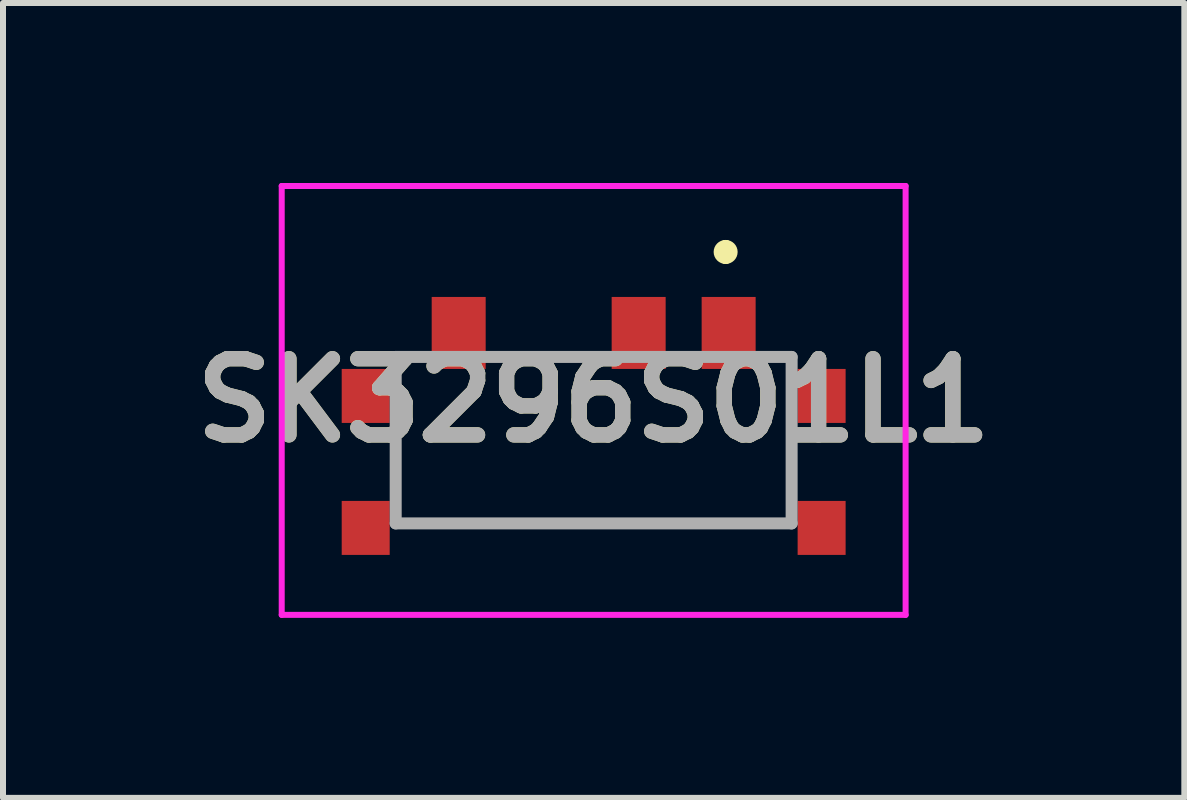
<source format=kicad_pcb>
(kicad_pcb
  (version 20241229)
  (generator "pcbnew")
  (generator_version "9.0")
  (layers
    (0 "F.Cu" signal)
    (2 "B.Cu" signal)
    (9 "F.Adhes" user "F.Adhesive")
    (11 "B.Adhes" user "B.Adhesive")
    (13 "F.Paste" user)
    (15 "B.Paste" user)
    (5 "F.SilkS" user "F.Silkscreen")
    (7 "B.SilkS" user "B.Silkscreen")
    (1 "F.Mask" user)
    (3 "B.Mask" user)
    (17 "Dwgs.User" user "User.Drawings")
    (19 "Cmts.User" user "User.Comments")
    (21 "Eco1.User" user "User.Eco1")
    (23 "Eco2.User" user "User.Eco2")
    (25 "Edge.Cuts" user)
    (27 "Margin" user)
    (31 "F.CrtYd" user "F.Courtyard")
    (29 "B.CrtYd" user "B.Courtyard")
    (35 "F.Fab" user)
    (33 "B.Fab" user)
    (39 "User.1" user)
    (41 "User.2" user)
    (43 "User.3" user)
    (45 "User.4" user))
  (footprint "SK3296S01L1"
    (layer "F.Cu")
    (at 6.846 3.4)
    (property "Reference" "SK3296S01L1" (at 0 0.225 0) (layer "F.SilkS") (effects (font (size 1.27 1.27) (thickness 0.254))))
    (attr through_hole)
    (fp_line (start -2.75 2.275) (end 2.75 2.275) (stroke (width 0.1) (type solid)) (layer "F.SilkS"))
    (fp_line (start 2.2 -2.35) (end 2.2 -2.35) (stroke (width 0.2) (type solid)) (layer "F.SilkS"))
    (fp_line (start 2.2 -2.15) (end 2.2 -2.15) (stroke (width 0.2) (type solid)) (layer "F.SilkS"))
    (fp_arc (start 2.2 -2.35) (mid 2.3 -2.25) (end 2.2 -2.15) (stroke (width 0.2) (type solid)) (layer "F.SilkS"))
    (fp_arc (start 2.2 -2.15) (mid 2.1 -2.25) (end 2.2 -2.35) (stroke (width 0.2) (type solid)) (layer "F.SilkS"))
    (fp_line (start -5.2 -3.35) (end -5.2 3.8) (stroke (width 0.1) (type solid)) (layer "F.CrtYd"))
    (fp_line (start -5.2 3.8) (end 5.2 3.8) (stroke (width 0.1) (type solid)) (layer "F.CrtYd"))
    (fp_line (start 5.2 -3.35) (end -5.2 -3.35) (stroke (width 0.1) (type solid)) (layer "F.CrtYd"))
    (fp_line (start 5.2 3.8) (end 5.2 -3.35) (stroke (width 0.1) (type solid)) (layer "F.CrtYd"))
    (fp_line (start -3.3 -0.5) (end 3.3 -0.5) (stroke (width 0.2) (type solid)) (layer "F.Fab"))
    (fp_line (start -3.3 2.275) (end -3.3 -0.5) (stroke (width 0.2) (type solid)) (layer "F.Fab"))
    (fp_line (start 3.3 -0.5) (end 3.3 2.275) (stroke (width 0.2) (type solid)) (layer "F.Fab"))
    (fp_line (start 3.3 2.275) (end -3.3 2.275) (stroke (width 0.2) (type solid)) (layer "F.Fab"))
    (fp_text user "${REFERENCE}" (at 0 0.225 0) (layer "F.Fab") (effects (font (size 1.27 1.27) (thickness 0.254))))
    (pad "" np_thru_hole circle (at -1.5 1.25) (size 0.001 0.001) (drill 0.9) (layers "*.Cu" "*.Mask"))
    (pad "" np_thru_hole circle (at 1.5 1.25) (size 0.001 0.001) (drill 0.9) (layers "*.Cu" "*.Mask"))
    (pad "1" smd rect (at -2.25 -0.9) (size 0.9 1.2) (layers "F.Cu" "F.Mask" "F.Paste"))
    (pad "2" smd rect (at 0.75 -0.9) (size 0.9 1.2) (layers "F.Cu" "F.Mask" "F.Paste"))
    (pad "3" smd rect (at 2.25 -0.9) (size 0.9 1.2) (layers "F.Cu" "F.Mask" "F.Paste"))
    (pad "MP1" smd rect (at -3.8 0.15) (size 0.8 0.9) (layers "F.Cu" "F.Mask" "F.Paste"))
    (pad "MP2" smd rect (at 3.8 0.15) (size 0.8 0.9) (layers "F.Cu" "F.Mask" "F.Paste"))
    (pad "MP3" smd rect (at 3.8 2.35) (size 0.8 0.9) (layers "F.Cu" "F.Mask" "F.Paste"))
    (pad "MP4" smd rect (at -3.8 2.35) (size 0.8 0.9) (layers "F.Cu" "F.Mask" "F.Paste")))
  (gr_rect
    (start -3 -3)
    (end 16.692 10.25)
    (stroke (width 0.1) (type default))
    (fill no)
    (layer "Edge.Cuts")))
</source>
